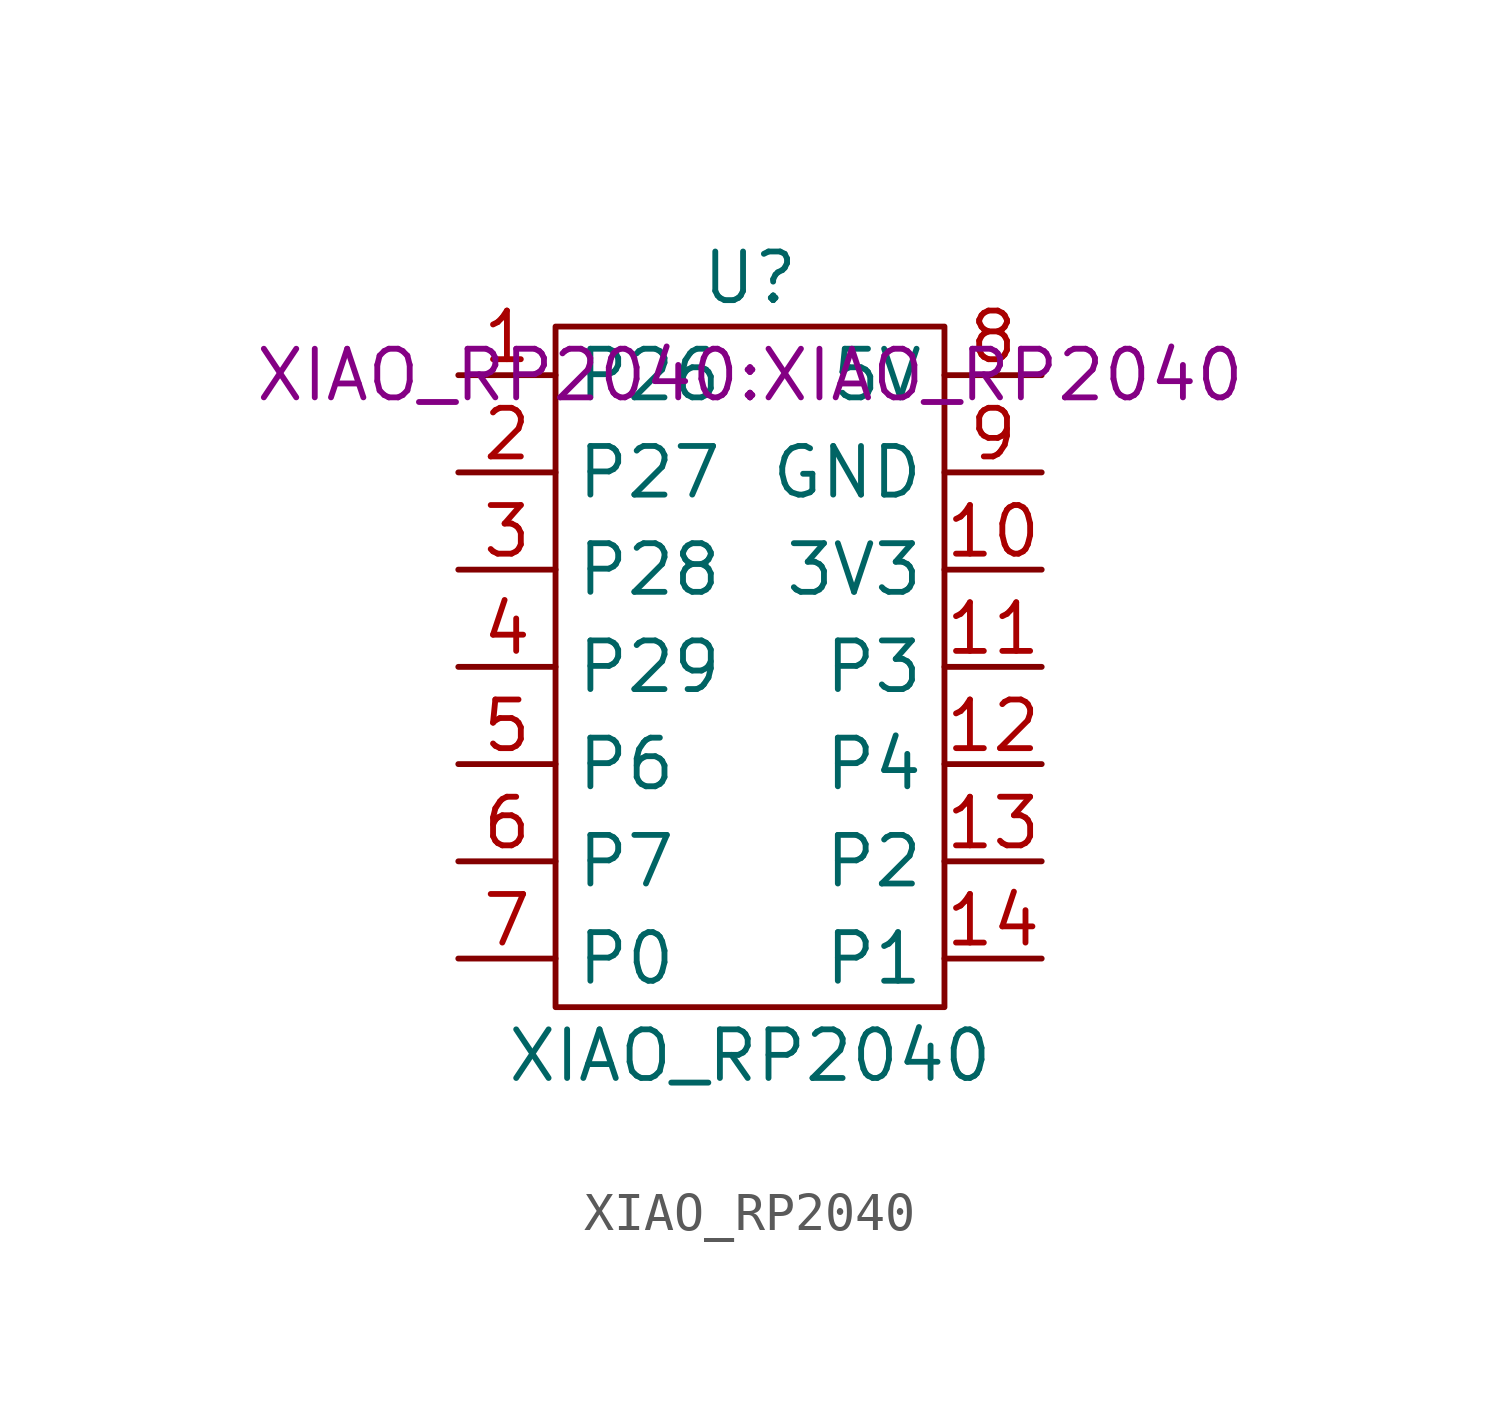
<source format=kicad_sym>
(kicad_symbol_lib
  (version 20211014)
  (generator kicad_symbol_editor)
  (symbol "XIAO_RP2040"
    (property "Reference" "U"
      (at 0 2.54 0)
      (effects (font (size 1.27 1.27))))
    (property "Value" "XIAO_RP2040"
      (at 0 -17.78 0)
      (effects (font (size 1.27 1.27))))
    (property "Footprint" "XIAO_RP2040:XIAO_RP2040"
      (at 0 0 0)
      (effects (font (size 1.27 1.27))))
    (symbol "XIAO_RP2040_0_1"
      (rectangle (start -5.08 1.27) (end 5.08 -16.51) (stroke (width 0) (type default) (color 0 0 0 0)) (fill (type none))))
    (symbol "XIAO_RP2040_1_1"
      (pin input line (at -7.62 0 0) (length 2.54) (name "P26" (effects (font (size 1.27 1.27)))) (number "1" (effects (font (size 1.27 1.27)))))
      (pin power_in line (at 7.62 -5.08 180) (length 2.54) (name "3V3" (effects (font (size 1.27 1.27)))) (number "10" (effects (font (size 1.27 1.27)))))
      (pin input line (at 7.62 -7.62 180) (length 2.54) (name "P3" (effects (font (size 1.27 1.27)))) (number "11" (effects (font (size 1.27 1.27)))))
      (pin bidirectional line (at 7.62 -10.16 180) (length 2.54) (name "P4" (effects (font (size 1.27 1.27)))) (number "12" (effects (font (size 1.27 1.27)))))
      (pin bidirectional line (at 7.62 -12.7 180) (length 2.54) (name "P2" (effects (font (size 1.27 1.27)))) (number "13" (effects (font (size 1.27 1.27)))))
      (pin bidirectional line (at 7.62 -15.24 180) (length 2.54) (name "P1" (effects (font (size 1.27 1.27)))) (number "14" (effects (font (size 1.27 1.27)))))
      (pin input line (at -7.62 -2.54 0) (length 2.54) (name "P27" (effects (font (size 1.27 1.27)))) (number "2" (effects (font (size 1.27 1.27)))))
      (pin input line (at -7.62 -5.08 0) (length 2.54) (name "P28" (effects (font (size 1.27 1.27)))) (number "3" (effects (font (size 1.27 1.27)))))
      (pin input line (at -7.62 -7.62 0) (length 2.54) (name "P29" (effects (font (size 1.27 1.27)))) (number "4" (effects (font (size 1.27 1.27)))))
      (pin bidirectional line (at -7.62 -10.16 0) (length 2.54) (name "P6" (effects (font (size 1.27 1.27)))) (number "5" (effects (font (size 1.27 1.27)))))
      (pin bidirectional line (at -7.62 -12.7 0) (length 2.54) (name "P7" (effects (font (size 1.27 1.27)))) (number "6" (effects (font (size 1.27 1.27)))))
      (pin bidirectional line (at -7.62 -15.24 0) (length 2.54) (name "P0" (effects (font (size 1.27 1.27)))) (number "7" (effects (font (size 1.27 1.27)))))
      (pin power_in line (at 7.62 0 180) (length 2.54) (name "5V" (effects (font (size 1.27 1.27)))) (number "8" (effects (font (size 1.27 1.27)))))
      (pin power_in line (at 7.62 -2.54 180) (length 2.54) (name "GND" (effects (font (size 1.27 1.27)))) (number "9" (effects (font (size 1.27 1.27))))))))
</source>
